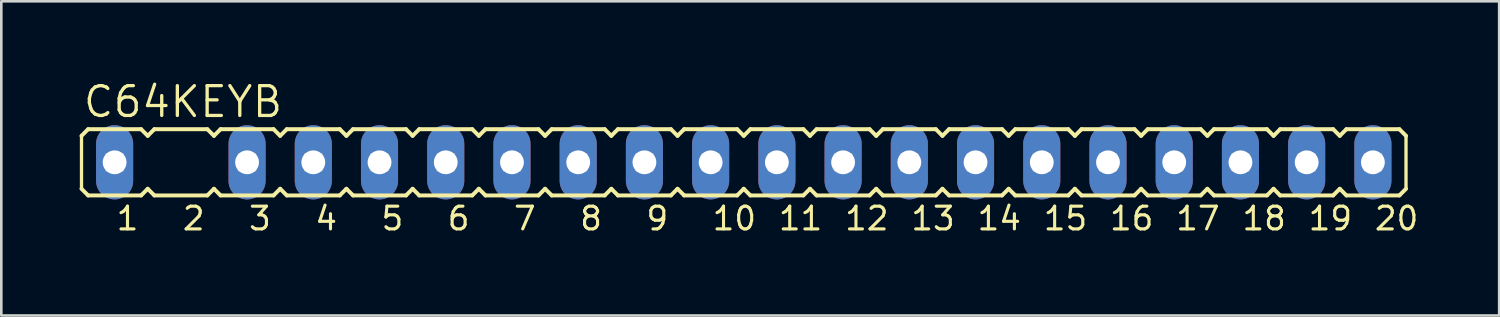
<source format=kicad_pcb>
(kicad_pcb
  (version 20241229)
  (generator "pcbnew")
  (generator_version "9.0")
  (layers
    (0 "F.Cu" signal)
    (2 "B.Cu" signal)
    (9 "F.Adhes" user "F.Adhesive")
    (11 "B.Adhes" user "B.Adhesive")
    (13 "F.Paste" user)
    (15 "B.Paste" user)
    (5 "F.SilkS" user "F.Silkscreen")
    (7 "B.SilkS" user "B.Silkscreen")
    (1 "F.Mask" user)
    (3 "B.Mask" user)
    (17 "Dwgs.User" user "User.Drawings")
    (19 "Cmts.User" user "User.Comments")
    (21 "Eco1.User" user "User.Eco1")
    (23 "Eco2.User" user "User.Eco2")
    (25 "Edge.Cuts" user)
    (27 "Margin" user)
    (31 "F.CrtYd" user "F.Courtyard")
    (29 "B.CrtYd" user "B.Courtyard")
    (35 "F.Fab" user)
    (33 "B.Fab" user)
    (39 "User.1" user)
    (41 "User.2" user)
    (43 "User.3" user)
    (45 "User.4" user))
  (footprint "C64KEYB"
    (layer "F.Cu")
    (at 1.346 3.175)
    (property "Reference" "C64KEYB" (at -1.27 -1.651 0) (layer "F.SilkS") (effects (font (size 1.143 1.143) (thickness 0.127)) (justify left bottom)))
    (fp_line (start -1.27 -1.016) (end -1.27 1.016) (stroke (width 0.127) (type solid)) (layer "F.SilkS"))
    (fp_line (start -1.27 -1.016) (end -1.016 -1.27) (stroke (width 0.152) (type solid)) (layer "F.SilkS"))
    (fp_line (start -1.27 1.016) (end -1.016 1.27) (stroke (width 0.152) (type solid)) (layer "F.SilkS"))
    (fp_line (start 1.016 -1.27) (end -1.016 -1.27) (stroke (width 0.152) (type solid)) (layer "F.SilkS"))
    (fp_line (start 1.016 -1.27) (end 1.27 -1.016) (stroke (width 0.152) (type solid)) (layer "F.SilkS"))
    (fp_line (start 1.016 1.27) (end -1.016 1.27) (stroke (width 0.152) (type solid)) (layer "F.SilkS"))
    (fp_line (start 1.016 1.27) (end 1.27 1.016) (stroke (width 0.152) (type solid)) (layer "F.SilkS"))
    (fp_line (start 1.27 -1.016) (end 1.524 -1.27) (stroke (width 0.152) (type solid)) (layer "F.SilkS"))
    (fp_line (start 1.27 1.016) (end 1.524 1.27) (stroke (width 0.152) (type solid)) (layer "F.SilkS"))
    (fp_line (start 3.556 -1.27) (end 1.524 -1.27) (stroke (width 0.152) (type solid)) (layer "F.SilkS"))
    (fp_line (start 3.556 -1.27) (end 3.81 -1.016) (stroke (width 0.152) (type solid)) (layer "F.SilkS"))
    (fp_line (start 3.556 1.27) (end 1.524 1.27) (stroke (width 0.152) (type solid)) (layer "F.SilkS"))
    (fp_line (start 3.556 1.27) (end 3.81 1.016) (stroke (width 0.152) (type solid)) (layer "F.SilkS"))
    (fp_line (start 3.81 -1.016) (end 4.064 -1.27) (stroke (width 0.152) (type solid)) (layer "F.SilkS"))
    (fp_line (start 3.81 1.016) (end 4.064 1.27) (stroke (width 0.152) (type solid)) (layer "F.SilkS"))
    (fp_line (start 6.096 -1.27) (end 4.064 -1.27) (stroke (width 0.152) (type solid)) (layer "F.SilkS"))
    (fp_line (start 6.096 -1.27) (end 6.35 -1.016) (stroke (width 0.152) (type solid)) (layer "F.SilkS"))
    (fp_line (start 6.096 1.27) (end 4.064 1.27) (stroke (width 0.152) (type solid)) (layer "F.SilkS"))
    (fp_line (start 6.096 1.27) (end 6.35 1.016) (stroke (width 0.152) (type solid)) (layer "F.SilkS"))
    (fp_line (start 6.35 -1.016) (end 6.604 -1.27) (stroke (width 0.152) (type solid)) (layer "F.SilkS"))
    (fp_line (start 6.35 1.016) (end 6.604 1.27) (stroke (width 0.152) (type solid)) (layer "F.SilkS"))
    (fp_line (start 8.636 -1.27) (end 6.604 -1.27) (stroke (width 0.152) (type solid)) (layer "F.SilkS"))
    (fp_line (start 8.636 -1.27) (end 8.89 -1.016) (stroke (width 0.152) (type solid)) (layer "F.SilkS"))
    (fp_line (start 8.636 1.27) (end 6.604 1.27) (stroke (width 0.152) (type solid)) (layer "F.SilkS"))
    (fp_line (start 8.636 1.27) (end 8.89 1.016) (stroke (width 0.152) (type solid)) (layer "F.SilkS"))
    (fp_line (start 8.89 -1.016) (end 9.144 -1.27) (stroke (width 0.152) (type solid)) (layer "F.SilkS"))
    (fp_line (start 8.89 1.016) (end 9.144 1.27) (stroke (width 0.152) (type solid)) (layer "F.SilkS"))
    (fp_line (start 11.176 -1.27) (end 9.144 -1.27) (stroke (width 0.152) (type solid)) (layer "F.SilkS"))
    (fp_line (start 11.176 -1.27) (end 11.43 -1.016) (stroke (width 0.152) (type solid)) (layer "F.SilkS"))
    (fp_line (start 11.176 1.27) (end 9.144 1.27) (stroke (width 0.152) (type solid)) (layer "F.SilkS"))
    (fp_line (start 11.176 1.27) (end 11.43 1.016) (stroke (width 0.152) (type solid)) (layer "F.SilkS"))
    (fp_line (start 11.43 -1.016) (end 11.684 -1.27) (stroke (width 0.152) (type solid)) (layer "F.SilkS"))
    (fp_line (start 11.43 1.016) (end 11.684 1.27) (stroke (width 0.152) (type solid)) (layer "F.SilkS"))
    (fp_line (start 13.716 -1.27) (end 11.684 -1.27) (stroke (width 0.152) (type solid)) (layer "F.SilkS"))
    (fp_line (start 13.716 -1.27) (end 13.97 -1.016) (stroke (width 0.152) (type solid)) (layer "F.SilkS"))
    (fp_line (start 13.716 1.27) (end 11.684 1.27) (stroke (width 0.152) (type solid)) (layer "F.SilkS"))
    (fp_line (start 13.716 1.27) (end 13.97 1.016) (stroke (width 0.152) (type solid)) (layer "F.SilkS"))
    (fp_line (start 13.97 -1.016) (end 14.224 -1.27) (stroke (width 0.152) (type solid)) (layer "F.SilkS"))
    (fp_line (start 13.97 1.016) (end 14.224 1.27) (stroke (width 0.152) (type solid)) (layer "F.SilkS"))
    (fp_line (start 16.256 -1.27) (end 14.224 -1.27) (stroke (width 0.152) (type solid)) (layer "F.SilkS"))
    (fp_line (start 16.256 -1.27) (end 16.51 -1.016) (stroke (width 0.152) (type solid)) (layer "F.SilkS"))
    (fp_line (start 16.256 1.27) (end 14.224 1.27) (stroke (width 0.152) (type solid)) (layer "F.SilkS"))
    (fp_line (start 16.256 1.27) (end 16.51 1.016) (stroke (width 0.152) (type solid)) (layer "F.SilkS"))
    (fp_line (start 16.51 -1.016) (end 16.764 -1.27) (stroke (width 0.152) (type solid)) (layer "F.SilkS"))
    (fp_line (start 16.51 1.016) (end 16.764 1.27) (stroke (width 0.152) (type solid)) (layer "F.SilkS"))
    (fp_line (start 18.796 -1.27) (end 16.764 -1.27) (stroke (width 0.152) (type solid)) (layer "F.SilkS"))
    (fp_line (start 18.796 -1.27) (end 19.05 -1.016) (stroke (width 0.152) (type solid)) (layer "F.SilkS"))
    (fp_line (start 18.796 1.27) (end 16.764 1.27) (stroke (width 0.152) (type solid)) (layer "F.SilkS"))
    (fp_line (start 18.796 1.27) (end 19.05 1.016) (stroke (width 0.152) (type solid)) (layer "F.SilkS"))
    (fp_line (start 19.05 -1.016) (end 19.304 -1.27) (stroke (width 0.152) (type solid)) (layer "F.SilkS"))
    (fp_line (start 19.05 1.016) (end 19.304 1.27) (stroke (width 0.152) (type solid)) (layer "F.SilkS"))
    (fp_line (start 21.336 -1.27) (end 19.304 -1.27) (stroke (width 0.152) (type solid)) (layer "F.SilkS"))
    (fp_line (start 21.336 -1.27) (end 21.59 -1.016) (stroke (width 0.152) (type solid)) (layer "F.SilkS"))
    (fp_line (start 21.336 1.27) (end 19.304 1.27) (stroke (width 0.152) (type solid)) (layer "F.SilkS"))
    (fp_line (start 21.336 1.27) (end 21.59 1.016) (stroke (width 0.152) (type solid)) (layer "F.SilkS"))
    (fp_line (start 21.59 -1.016) (end 21.844 -1.27) (stroke (width 0.152) (type solid)) (layer "F.SilkS"))
    (fp_line (start 21.59 1.016) (end 21.844 1.27) (stroke (width 0.152) (type solid)) (layer "F.SilkS"))
    (fp_line (start 23.876 -1.27) (end 21.844 -1.27) (stroke (width 0.152) (type solid)) (layer "F.SilkS"))
    (fp_line (start 23.876 -1.27) (end 24.13 -1.016) (stroke (width 0.152) (type solid)) (layer "F.SilkS"))
    (fp_line (start 23.876 1.27) (end 21.844 1.27) (stroke (width 0.152) (type solid)) (layer "F.SilkS"))
    (fp_line (start 23.876 1.27) (end 24.13 1.016) (stroke (width 0.152) (type solid)) (layer "F.SilkS"))
    (fp_line (start 24.13 -1.016) (end 24.384 -1.27) (stroke (width 0.152) (type solid)) (layer "F.SilkS"))
    (fp_line (start 24.13 1.016) (end 24.384 1.27) (stroke (width 0.152) (type solid)) (layer "F.SilkS"))
    (fp_line (start 26.416 -1.27) (end 24.384 -1.27) (stroke (width 0.152) (type solid)) (layer "F.SilkS"))
    (fp_line (start 26.416 -1.27) (end 26.67 -1.016) (stroke (width 0.152) (type solid)) (layer "F.SilkS"))
    (fp_line (start 26.416 1.27) (end 24.384 1.27) (stroke (width 0.152) (type solid)) (layer "F.SilkS"))
    (fp_line (start 26.416 1.27) (end 26.67 1.016) (stroke (width 0.152) (type solid)) (layer "F.SilkS"))
    (fp_line (start 26.67 -1.016) (end 26.924 -1.27) (stroke (width 0.152) (type solid)) (layer "F.SilkS"))
    (fp_line (start 26.67 1.016) (end 26.924 1.27) (stroke (width 0.152) (type solid)) (layer "F.SilkS"))
    (fp_line (start 28.956 -1.27) (end 26.924 -1.27) (stroke (width 0.152) (type solid)) (layer "F.SilkS"))
    (fp_line (start 28.956 -1.27) (end 29.21 -1.016) (stroke (width 0.152) (type solid)) (layer "F.SilkS"))
    (fp_line (start 28.956 1.27) (end 26.924 1.27) (stroke (width 0.152) (type solid)) (layer "F.SilkS"))
    (fp_line (start 28.956 1.27) (end 29.21 1.016) (stroke (width 0.152) (type solid)) (layer "F.SilkS"))
    (fp_line (start 29.21 -1.016) (end 29.464 -1.27) (stroke (width 0.152) (type solid)) (layer "F.SilkS"))
    (fp_line (start 29.21 1.016) (end 29.464 1.27) (stroke (width 0.152) (type solid)) (layer "F.SilkS"))
    (fp_line (start 31.496 -1.27) (end 29.464 -1.27) (stroke (width 0.152) (type solid)) (layer "F.SilkS"))
    (fp_line (start 31.496 -1.27) (end 31.75 -1.016) (stroke (width 0.152) (type solid)) (layer "F.SilkS"))
    (fp_line (start 31.496 1.27) (end 29.464 1.27) (stroke (width 0.152) (type solid)) (layer "F.SilkS"))
    (fp_line (start 31.496 1.27) (end 31.75 1.016) (stroke (width 0.152) (type solid)) (layer "F.SilkS"))
    (fp_line (start 31.75 -1.016) (end 32.004 -1.27) (stroke (width 0.152) (type solid)) (layer "F.SilkS"))
    (fp_line (start 31.75 1.016) (end 32.004 1.27) (stroke (width 0.152) (type solid)) (layer "F.SilkS"))
    (fp_line (start 34.036 -1.27) (end 32.004 -1.27) (stroke (width 0.152) (type solid)) (layer "F.SilkS"))
    (fp_line (start 34.036 -1.27) (end 34.29 -1.016) (stroke (width 0.152) (type solid)) (layer "F.SilkS"))
    (fp_line (start 34.036 1.27) (end 32.004 1.27) (stroke (width 0.152) (type solid)) (layer "F.SilkS"))
    (fp_line (start 34.036 1.27) (end 34.29 1.016) (stroke (width 0.152) (type solid)) (layer "F.SilkS"))
    (fp_line (start 34.29 -1.016) (end 34.544 -1.27) (stroke (width 0.152) (type solid)) (layer "F.SilkS"))
    (fp_line (start 34.29 1.016) (end 34.544 1.27) (stroke (width 0.152) (type solid)) (layer "F.SilkS"))
    (fp_line (start 36.576 -1.27) (end 34.544 -1.27) (stroke (width 0.152) (type solid)) (layer "F.SilkS"))
    (fp_line (start 36.576 -1.27) (end 36.83 -1.016) (stroke (width 0.152) (type solid)) (layer "F.SilkS"))
    (fp_line (start 36.576 1.27) (end 34.544 1.27) (stroke (width 0.152) (type solid)) (layer "F.SilkS"))
    (fp_line (start 36.576 1.27) (end 36.83 1.016) (stroke (width 0.152) (type solid)) (layer "F.SilkS"))
    (fp_line (start 36.83 -1.016) (end 37.084 -1.27) (stroke (width 0.152) (type solid)) (layer "F.SilkS"))
    (fp_line (start 36.83 1.016) (end 37.084 1.27) (stroke (width 0.152) (type solid)) (layer "F.SilkS"))
    (fp_line (start 39.116 -1.27) (end 37.084 -1.27) (stroke (width 0.152) (type solid)) (layer "F.SilkS"))
    (fp_line (start 39.116 -1.27) (end 39.37 -1.016) (stroke (width 0.152) (type solid)) (layer "F.SilkS"))
    (fp_line (start 39.116 1.27) (end 37.084 1.27) (stroke (width 0.152) (type solid)) (layer "F.SilkS"))
    (fp_line (start 39.116 1.27) (end 39.37 1.016) (stroke (width 0.152) (type solid)) (layer "F.SilkS"))
    (fp_line (start 39.37 -1.016) (end 39.624 -1.27) (stroke (width 0.152) (type solid)) (layer "F.SilkS"))
    (fp_line (start 39.37 1.016) (end 39.624 1.27) (stroke (width 0.152) (type solid)) (layer "F.SilkS"))
    (fp_line (start 41.656 -1.27) (end 39.624 -1.27) (stroke (width 0.152) (type solid)) (layer "F.SilkS"))
    (fp_line (start 41.656 -1.27) (end 41.91 -1.016) (stroke (width 0.152) (type solid)) (layer "F.SilkS"))
    (fp_line (start 41.656 1.27) (end 39.624 1.27) (stroke (width 0.152) (type solid)) (layer "F.SilkS"))
    (fp_line (start 41.656 1.27) (end 41.91 1.016) (stroke (width 0.152) (type solid)) (layer "F.SilkS"))
    (fp_line (start 41.91 -1.016) (end 42.164 -1.27) (stroke (width 0.152) (type solid)) (layer "F.SilkS"))
    (fp_line (start 41.91 1.016) (end 42.164 1.27) (stroke (width 0.152) (type solid)) (layer "F.SilkS"))
    (fp_line (start 44.196 -1.27) (end 42.164 -1.27) (stroke (width 0.152) (type solid)) (layer "F.SilkS"))
    (fp_line (start 44.196 -1.27) (end 44.45 -1.016) (stroke (width 0.152) (type solid)) (layer "F.SilkS"))
    (fp_line (start 44.196 1.27) (end 42.164 1.27) (stroke (width 0.152) (type solid)) (layer "F.SilkS"))
    (fp_line (start 44.196 1.27) (end 44.45 1.016) (stroke (width 0.152) (type solid)) (layer "F.SilkS"))
    (fp_line (start 44.45 -1.016) (end 44.704 -1.27) (stroke (width 0.152) (type solid)) (layer "F.SilkS"))
    (fp_line (start 44.45 1.016) (end 44.704 1.27) (stroke (width 0.152) (type solid)) (layer "F.SilkS"))
    (fp_line (start 46.736 -1.27) (end 44.704 -1.27) (stroke (width 0.152) (type solid)) (layer "F.SilkS"))
    (fp_line (start 46.736 -1.27) (end 46.99 -1.016) (stroke (width 0.152) (type solid)) (layer "F.SilkS"))
    (fp_line (start 46.736 1.27) (end 44.704 1.27) (stroke (width 0.152) (type solid)) (layer "F.SilkS"))
    (fp_line (start 46.736 1.27) (end 46.99 1.016) (stroke (width 0.152) (type solid)) (layer "F.SilkS"))
    (fp_line (start 46.99 -1.016) (end 47.244 -1.27) (stroke (width 0.152) (type solid)) (layer "F.SilkS"))
    (fp_line (start 46.99 1.016) (end 47.244 1.27) (stroke (width 0.152) (type solid)) (layer "F.SilkS"))
    (fp_line (start 49.276 -1.27) (end 47.244 -1.27) (stroke (width 0.152) (type solid)) (layer "F.SilkS"))
    (fp_line (start 49.276 -1.27) (end 49.53 -1.016) (stroke (width 0.152) (type solid)) (layer "F.SilkS"))
    (fp_line (start 49.276 1.27) (end 47.244 1.27) (stroke (width 0.152) (type solid)) (layer "F.SilkS"))
    (fp_line (start 49.276 1.27) (end 49.53 1.016) (stroke (width 0.152) (type solid)) (layer "F.SilkS"))
    (fp_line (start 49.53 -1.016) (end 49.53 1.016) (stroke (width 0.127) (type solid)) (layer "F.SilkS"))
    (fp_poly (pts (xy -0.305 0.305) (xy 0.305 0.305) (xy 0.305 -0.305) (xy -0.305 -0.305)) (stroke (width 0.1) (type default)) (fill no) (layer "F.Fab"))
    (fp_poly (pts (xy 4.775 0.305) (xy 5.385 0.305) (xy 5.385 -0.305) (xy 4.775 -0.305)) (stroke (width 0.1) (type default)) (fill no) (layer "F.Fab"))
    (fp_poly (pts (xy 7.315 0.305) (xy 7.925 0.305) (xy 7.925 -0.305) (xy 7.315 -0.305)) (stroke (width 0.1) (type default)) (fill no) (layer "F.Fab"))
    (fp_poly (pts (xy 9.855 0.305) (xy 10.465 0.305) (xy 10.465 -0.305) (xy 9.855 -0.305)) (stroke (width 0.1) (type default)) (fill no) (layer "F.Fab"))
    (fp_poly (pts (xy 12.395 0.305) (xy 13.005 0.305) (xy 13.005 -0.305) (xy 12.395 -0.305)) (stroke (width 0.1) (type default)) (fill no) (layer "F.Fab"))
    (fp_poly (pts (xy 14.935 0.305) (xy 15.545 0.305) (xy 15.545 -0.305) (xy 14.935 -0.305)) (stroke (width 0.1) (type default)) (fill no) (layer "F.Fab"))
    (fp_poly (pts (xy 17.475 0.305) (xy 18.085 0.305) (xy 18.085 -0.305) (xy 17.475 -0.305)) (stroke (width 0.1) (type default)) (fill no) (layer "F.Fab"))
    (fp_poly (pts (xy 20.015 0.305) (xy 20.625 0.305) (xy 20.625 -0.305) (xy 20.015 -0.305)) (stroke (width 0.1) (type default)) (fill no) (layer "F.Fab"))
    (fp_poly (pts (xy 22.555 0.305) (xy 23.165 0.305) (xy 23.165 -0.305) (xy 22.555 -0.305)) (stroke (width 0.1) (type default)) (fill no) (layer "F.Fab"))
    (fp_poly (pts (xy 25.095 0.305) (xy 25.705 0.305) (xy 25.705 -0.305) (xy 25.095 -0.305)) (stroke (width 0.1) (type default)) (fill no) (layer "F.Fab"))
    (fp_poly (pts (xy 27.635 0.305) (xy 28.245 0.305) (xy 28.245 -0.305) (xy 27.635 -0.305)) (stroke (width 0.1) (type default)) (fill no) (layer "F.Fab"))
    (fp_poly (pts (xy 30.175 0.305) (xy 30.785 0.305) (xy 30.785 -0.305) (xy 30.175 -0.305)) (stroke (width 0.1) (type default)) (fill no) (layer "F.Fab"))
    (fp_poly (pts (xy 32.715 0.305) (xy 33.325 0.305) (xy 33.325 -0.305) (xy 32.715 -0.305)) (stroke (width 0.1) (type default)) (fill no) (layer "F.Fab"))
    (fp_poly (pts (xy 35.255 0.305) (xy 35.865 0.305) (xy 35.865 -0.305) (xy 35.255 -0.305)) (stroke (width 0.1) (type default)) (fill no) (layer "F.Fab"))
    (fp_poly (pts (xy 37.795 0.305) (xy 38.405 0.305) (xy 38.405 -0.305) (xy 37.795 -0.305)) (stroke (width 0.1) (type default)) (fill no) (layer "F.Fab"))
    (fp_poly (pts (xy 40.335 0.305) (xy 40.945 0.305) (xy 40.945 -0.305) (xy 40.335 -0.305)) (stroke (width 0.1) (type default)) (fill no) (layer "F.Fab"))
    (fp_poly (pts (xy 42.875 0.305) (xy 43.485 0.305) (xy 43.485 -0.305) (xy 42.875 -0.305)) (stroke (width 0.1) (type default)) (fill no) (layer "F.Fab"))
    (fp_poly (pts (xy 45.415 0.305) (xy 46.025 0.305) (xy 46.025 -0.305) (xy 45.415 -0.305)) (stroke (width 0.1) (type default)) (fill no) (layer "F.Fab"))
    (fp_poly (pts (xy 47.955 0.305) (xy 48.565 0.305) (xy 48.565 -0.305) (xy 47.955 -0.305)) (stroke (width 0.1) (type default)) (fill no) (layer "F.Fab"))
    (fp_text user "19" (at 45.72 2.667 0) (layer "F.SilkS") (effects (font (size 0.872 0.872) (thickness 0.119)) (justify left bottom)))
    (fp_text user "16" (at 38.1 2.667 0) (layer "F.SilkS") (effects (font (size 0.872 0.872) (thickness 0.119)) (justify left bottom)))
    (fp_text user "14" (at 33.02 2.667 0) (layer "F.SilkS") (effects (font (size 0.872 0.872) (thickness 0.119)) (justify left bottom)))
    (fp_text user "7" (at 15.24 2.667 0) (layer "F.SilkS") (effects (font (size 0.872 0.872) (thickness 0.119)) (justify left bottom)))
    (fp_text user "13" (at 30.48 2.667 0) (layer "F.SilkS") (effects (font (size 0.872 0.872) (thickness 0.119)) (justify left bottom)))
    (fp_text user "8" (at 17.78 2.667 0) (layer "F.SilkS") (effects (font (size 0.872 0.872) (thickness 0.119)) (justify left bottom)))
    (fp_text user "20" (at 48.26 2.667 0) (layer "F.SilkS") (effects (font (size 0.872 0.872) (thickness 0.119)) (justify left bottom)))
    (fp_text user "6" (at 12.7 2.667 0) (layer "F.SilkS") (effects (font (size 0.872 0.872) (thickness 0.119)) (justify left bottom)))
    (fp_text user "18" (at 43.18 2.667 0) (layer "F.SilkS") (effects (font (size 0.872 0.872) (thickness 0.119)) (justify left bottom)))
    (fp_text user "17" (at 40.64 2.667 0) (layer "F.SilkS") (effects (font (size 0.872 0.872) (thickness 0.119)) (justify left bottom)))
    (fp_text user "1" (at 0 2.667 0) (layer "F.SilkS") (effects (font (size 0.872 0.872) (thickness 0.119)) (justify left bottom)))
    (fp_text user "2" (at 2.54 2.667 0) (layer "F.SilkS") (effects (font (size 0.872 0.872) (thickness 0.119)) (justify left bottom)))
    (fp_text user "15" (at 35.56 2.667 0) (layer "F.SilkS") (effects (font (size 0.872 0.872) (thickness 0.119)) (justify left bottom)))
    (fp_text user "10" (at 22.86 2.667 0) (layer "F.SilkS") (effects (font (size 0.872 0.872) (thickness 0.119)) (justify left bottom)))
    (fp_text user "9" (at 20.32 2.667 0) (layer "F.SilkS") (effects (font (size 0.872 0.872) (thickness 0.119)) (justify left bottom)))
    (fp_text user "3" (at 5.08 2.667 0) (layer "F.SilkS") (effects (font (size 0.872 0.872) (thickness 0.119)) (justify left bottom)))
    (fp_text user "4" (at 7.62 2.667 0) (layer "F.SilkS") (effects (font (size 0.872 0.872) (thickness 0.119)) (justify left bottom)))
    (fp_text user "11" (at 25.4 2.667 0) (layer "F.SilkS") (effects (font (size 0.872 0.872) (thickness 0.119)) (justify left bottom)))
    (fp_text user "5" (at 10.16 2.667 0) (layer "F.SilkS") (effects (font (size 0.872 0.872) (thickness 0.119)) (justify left bottom)))
    (fp_text user "12" (at 27.94 2.667 0) (layer "F.SilkS") (effects (font (size 0.872 0.872) (thickness 0.119)) (justify left bottom)))
    (pad "1" thru_hole oval (at 0 0 90) (size 2.845 1.422) (drill 0.914) (layers "*.Cu" "*.Mask"))
    (pad "3" thru_hole oval (at 5.08 0 90) (size 2.845 1.422) (drill 0.914) (layers "*.Cu" "*.Mask"))
    (pad "4" thru_hole oval (at 7.62 0 90) (size 2.845 1.422) (drill 0.914) (layers "*.Cu" "*.Mask"))
    (pad "5" thru_hole oval (at 10.16 0 90) (size 2.845 1.422) (drill 0.914) (layers "*.Cu" "*.Mask"))
    (pad "6" thru_hole oval (at 12.7 0 90) (size 2.845 1.422) (drill 0.914) (layers "*.Cu" "*.Mask"))
    (pad "7" thru_hole oval (at 15.24 0 90) (size 2.845 1.422) (drill 0.914) (layers "*.Cu" "*.Mask"))
    (pad "8" thru_hole oval (at 17.78 0 90) (size 2.845 1.422) (drill 0.914) (layers "*.Cu" "*.Mask"))
    (pad "9" thru_hole oval (at 20.32 0 90) (size 2.845 1.422) (drill 0.914) (layers "*.Cu" "*.Mask"))
    (pad "10" thru_hole oval (at 22.86 0 90) (size 2.845 1.422) (drill 0.914) (layers "*.Cu" "*.Mask"))
    (pad "11" thru_hole oval (at 25.4 0 90) (size 2.845 1.422) (drill 0.914) (layers "*.Cu" "*.Mask"))
    (pad "12" thru_hole oval (at 27.94 0 90) (size 2.845 1.422) (drill 0.914) (layers "*.Cu" "*.Mask"))
    (pad "13" thru_hole oval (at 30.48 0 90) (size 2.845 1.422) (drill 0.914) (layers "*.Cu" "*.Mask"))
    (pad "14" thru_hole oval (at 33.02 0 90) (size 2.845 1.422) (drill 0.914) (layers "*.Cu" "*.Mask"))
    (pad "15" thru_hole oval (at 35.56 0 90) (size 2.845 1.422) (drill 0.914) (layers "*.Cu" "*.Mask"))
    (pad "16" thru_hole oval (at 38.1 0 90) (size 2.845 1.422) (drill 0.914) (layers "*.Cu" "*.Mask"))
    (pad "17" thru_hole oval (at 40.64 0 90) (size 2.845 1.422) (drill 0.914) (layers "*.Cu" "*.Mask"))
    (pad "18" thru_hole oval (at 43.18 0 90) (size 2.845 1.422) (drill 0.914) (layers "*.Cu" "*.Mask"))
    (pad "19" thru_hole oval (at 45.72 0 90) (size 2.845 1.422) (drill 0.914) (layers "*.Cu" "*.Mask"))
    (pad "20" thru_hole oval (at 48.26 0 90) (size 2.845 1.422) (drill 0.914) (layers "*.Cu" "*.Mask")))
  (gr_rect
    (start -3 -3)
    (end 54.449 9.051)
    (stroke (width 0.1) (type default))
    (fill no)
    (layer "Edge.Cuts")))
</source>
